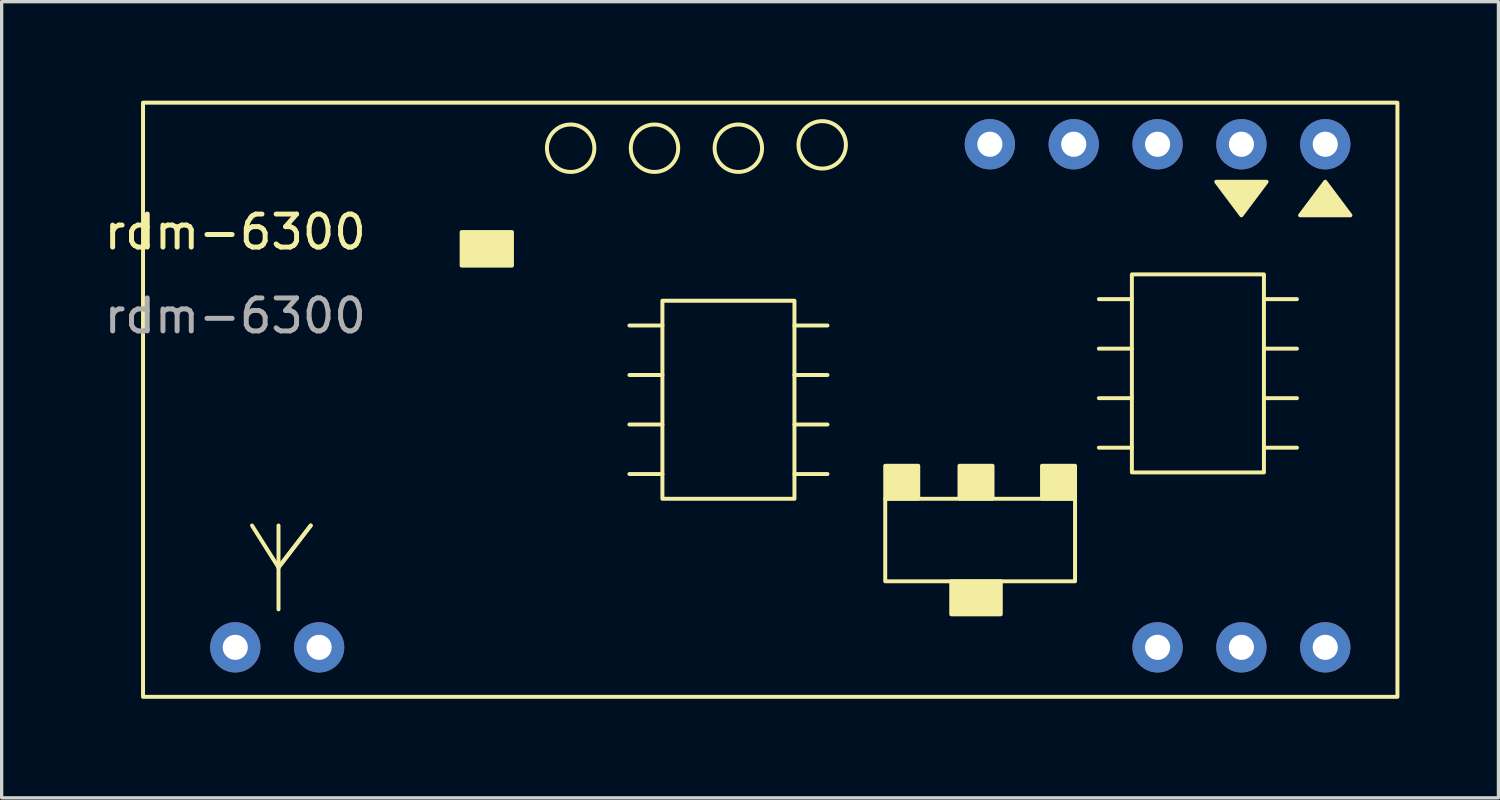
<source format=kicad_pcb>
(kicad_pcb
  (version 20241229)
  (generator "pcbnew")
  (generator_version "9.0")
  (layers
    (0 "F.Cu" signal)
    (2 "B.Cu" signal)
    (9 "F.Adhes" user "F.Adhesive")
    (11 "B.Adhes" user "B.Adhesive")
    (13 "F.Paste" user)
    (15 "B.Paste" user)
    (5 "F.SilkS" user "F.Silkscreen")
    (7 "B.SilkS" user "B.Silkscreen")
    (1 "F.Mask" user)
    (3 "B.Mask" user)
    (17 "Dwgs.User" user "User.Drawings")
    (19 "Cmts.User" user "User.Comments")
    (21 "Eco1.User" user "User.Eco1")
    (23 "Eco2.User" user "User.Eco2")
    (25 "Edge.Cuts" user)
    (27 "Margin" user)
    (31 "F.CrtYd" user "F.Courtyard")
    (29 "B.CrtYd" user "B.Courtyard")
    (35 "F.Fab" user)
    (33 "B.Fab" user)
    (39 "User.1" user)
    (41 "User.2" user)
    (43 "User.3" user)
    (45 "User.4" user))
  (footprint "rdm-6300"
    (layer "F.Cu")
    (at 32.017 9.06)
    (property "Reference" "rdm-6300" (at -27.94 -5.08 0) (unlocked yes) (layer "F.SilkS") (effects (font (size 1 1) (thickness 0.15))))
    (attr through_hole)
    (fp_line (start -26.63 5.08) (end -27.432 3.81) (stroke (width 0.12) (type solid)) (layer "F.SilkS"))
    (fp_line (start -26.63 5.08) (end -25.654 3.81) (stroke (width 0.12) (type solid)) (layer "F.SilkS"))
    (fp_line (start -26.63 6.35) (end -26.63 3.81) (stroke (width 0.12) (type solid)) (layer "F.SilkS"))
    (fp_line (start -25.654 3.81) (end -26.63 5.08) (stroke (width 0.12) (type solid)) (layer "F.SilkS"))
    (fp_line (start -15 -2.25) (end -16 -2.25) (stroke (width 0.12) (type solid)) (layer "F.SilkS"))
    (fp_line (start -15 -0.75) (end -16 -0.75) (stroke (width 0.12) (type solid)) (layer "F.SilkS"))
    (fp_line (start -15 0.75) (end -16 0.75) (stroke (width 0.12) (type solid)) (layer "F.SilkS"))
    (fp_line (start -15 2.25) (end -16 2.25) (stroke (width 0.12) (type solid)) (layer "F.SilkS"))
    (fp_line (start -10 -2.25) (end -11 -2.25) (stroke (width 0.12) (type solid)) (layer "F.SilkS"))
    (fp_line (start -10 -0.75) (end -11 -0.75) (stroke (width 0.12) (type solid)) (layer "F.SilkS"))
    (fp_line (start -10 0.75) (end -11 0.75) (stroke (width 0.12) (type solid)) (layer "F.SilkS"))
    (fp_line (start -10 2.25) (end -11 2.25) (stroke (width 0.12) (type solid)) (layer "F.SilkS"))
    (fp_line (start -0.778 -3.048) (end -1.778 -3.048) (stroke (width 0.12) (type solid)) (layer "F.SilkS"))
    (fp_line (start -0.778 -1.548) (end -1.778 -1.548) (stroke (width 0.12) (type solid)) (layer "F.SilkS"))
    (fp_line (start -0.778 -0.048) (end -1.778 -0.048) (stroke (width 0.12) (type solid)) (layer "F.SilkS"))
    (fp_line (start -0.778 1.452) (end -1.778 1.452) (stroke (width 0.12) (type solid)) (layer "F.SilkS"))
    (fp_line (start 4.222 -3.048) (end 3.222 -3.048) (stroke (width 0.12) (type solid)) (layer "F.SilkS"))
    (fp_line (start 4.222 -1.548) (end 3.222 -1.548) (stroke (width 0.12) (type solid)) (layer "F.SilkS"))
    (fp_line (start 4.222 -0.048) (end 3.222 -0.048) (stroke (width 0.12) (type solid)) (layer "F.SilkS"))
    (fp_line (start 4.222 1.452) (end 3.222 1.452) (stroke (width 0.12) (type solid)) (layer "F.SilkS"))
    (fp_rect (start -30.734 9) (end 7.266 -9) (stroke (width 0.12) (type solid)) (fill no) (layer "F.SilkS"))
    (fp_rect (start -19.558 -5.08) (end -21.082 -4.064) (stroke (width 0.12) (type solid)) (fill yes) (layer "F.SilkS"))
    (fp_rect (start -15 -3) (end -11 3) (stroke (width 0.12) (type solid)) (fill no) (layer "F.SilkS"))
    (fp_rect (start -8.25 3) (end -7.25 2) (stroke (width 0.12) (type solid)) (fill yes) (layer "F.SilkS"))
    (fp_rect (start -8.25 3) (end -2.5 5.5) (stroke (width 0.12) (type solid)) (fill no) (layer "F.SilkS"))
    (fp_rect (start -6.25 5.5) (end -4.75 6.5) (stroke (width 0.12) (type solid)) (fill yes) (layer "F.SilkS"))
    (fp_rect (start -6 3) (end -5 2) (stroke (width 0.12) (type solid)) (fill yes) (layer "F.SilkS"))
    (fp_rect (start -3.5 3) (end -2.5 2) (stroke (width 0.12) (type solid)) (fill yes) (layer "F.SilkS"))
    (fp_rect (start -0.778 -3.798) (end 3.222 2.202) (stroke (width 0.12) (type solid)) (fill no) (layer "F.SilkS"))
    (fp_circle (center -17.78 -7.62) (end -18.288 -8.128) (stroke (width 0.12) (type solid)) (fill no) (layer "F.SilkS"))
    (fp_circle (center -15.24 -7.62) (end -15.748 -8.128) (stroke (width 0.12) (type solid)) (fill no) (layer "F.SilkS"))
    (fp_circle (center -12.7 -7.62) (end -13.208 -8.128) (stroke (width 0.12) (type solid)) (fill no) (layer "F.SilkS"))
    (fp_circle (center -10.16 -7.722) (end -10.668 -8.23) (stroke (width 0.12) (type solid)) (fill no) (layer "F.SilkS"))
    (fp_poly (pts (xy 1.778 -6.604) (xy 3.302 -6.604) (xy 2.54 -5.588)) (stroke (width 0.12) (type solid)) (fill yes) (layer "F.SilkS"))
    (fp_poly (pts (xy 5.842 -5.588) (xy 4.318 -5.588) (xy 5.08 -6.604)) (stroke (width 0.12) (type solid)) (fill yes) (layer "F.SilkS"))
    (fp_text user "${REFERENCE}" (at -27.94 -2.54 0) (unlocked yes) (layer "F.Fab") (effects (font (size 1 1) (thickness 0.15))))
    (pad "" thru_hole circle (at 0 -7.74) (size 1.524 1.524) (drill 0.762) (layers "*.Cu" "*.Mask"))
    (pad "1" thru_hole circle (at -5.08 -7.74) (size 1.524 1.524) (drill 0.762) (layers "*.Cu" "*.Mask"))
    (pad "1" thru_hole circle (at 2.54 7.5) (size 1.524 1.524) (drill 0.762) (layers "*.Cu" "*.Mask"))
    (pad "2" thru_hole circle (at -2.54 -7.74) (size 1.524 1.524) (drill 0.762) (layers "*.Cu" "*.Mask"))
    (pad "2" thru_hole circle (at 0 7.5) (size 1.524 1.524) (drill 0.762) (layers "*.Cu" "*.Mask"))
    (pad "3" thru_hole circle (at 2.54 -7.74) (size 1.524 1.524) (drill 0.762) (layers "*.Cu" "*.Mask"))
    (pad "4" thru_hole circle (at 5.08 -7.74) (size 1.524 1.524) (drill 0.762) (layers "*.Cu" "*.Mask"))
    (pad "5" thru_hole circle (at 5.08 7.5) (size 1.524 1.524) (drill 0.762) (layers "*.Cu" "*.Mask"))
    (pad "6" thru_hole circle (at -25.4 7.5) (size 1.524 1.524) (drill 0.762) (layers "*.Cu" "*.Mask"))
    (pad "7" thru_hole circle (at -27.94 7.5) (size 1.524 1.524) (drill 0.762) (layers "*.Cu" "*.Mask")))
  (gr_rect
    (start -3 -3)
    (end 42.343 21.12)
    (stroke (width 0.1) (type default))
    (fill no)
    (layer "Edge.Cuts")))
</source>
